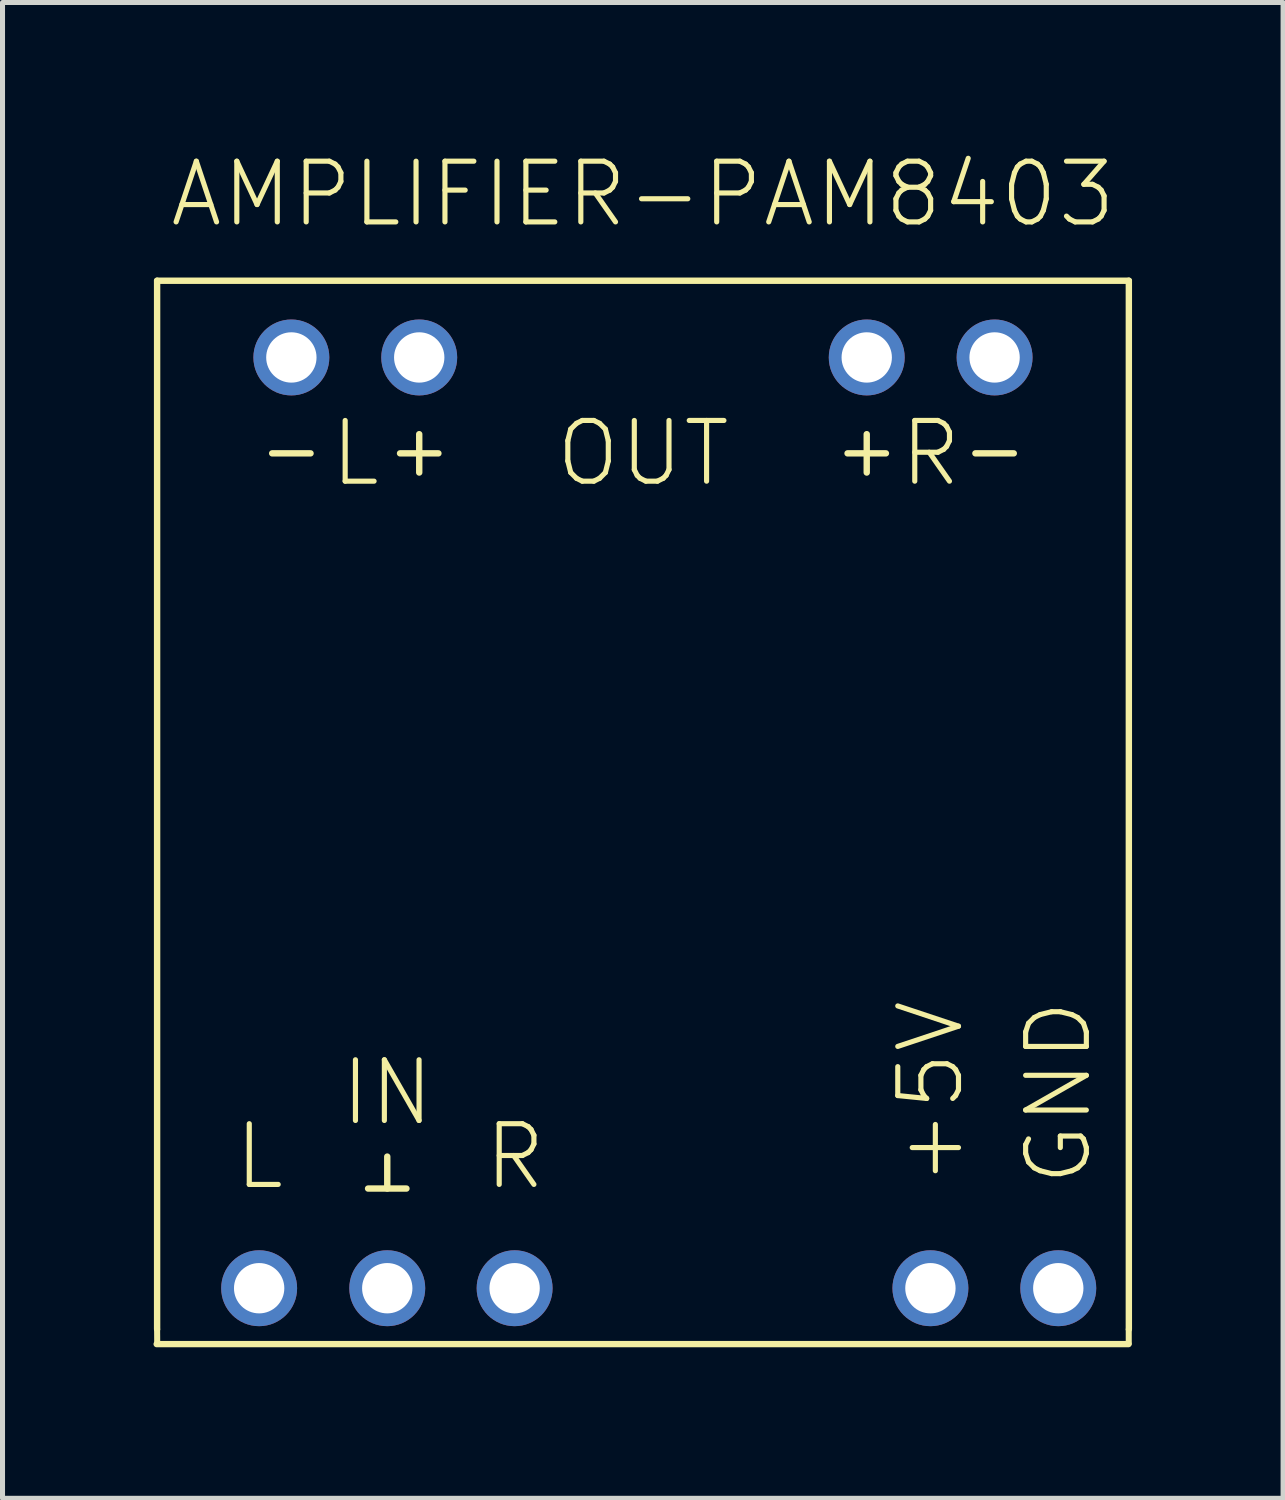
<source format=kicad_pcb>
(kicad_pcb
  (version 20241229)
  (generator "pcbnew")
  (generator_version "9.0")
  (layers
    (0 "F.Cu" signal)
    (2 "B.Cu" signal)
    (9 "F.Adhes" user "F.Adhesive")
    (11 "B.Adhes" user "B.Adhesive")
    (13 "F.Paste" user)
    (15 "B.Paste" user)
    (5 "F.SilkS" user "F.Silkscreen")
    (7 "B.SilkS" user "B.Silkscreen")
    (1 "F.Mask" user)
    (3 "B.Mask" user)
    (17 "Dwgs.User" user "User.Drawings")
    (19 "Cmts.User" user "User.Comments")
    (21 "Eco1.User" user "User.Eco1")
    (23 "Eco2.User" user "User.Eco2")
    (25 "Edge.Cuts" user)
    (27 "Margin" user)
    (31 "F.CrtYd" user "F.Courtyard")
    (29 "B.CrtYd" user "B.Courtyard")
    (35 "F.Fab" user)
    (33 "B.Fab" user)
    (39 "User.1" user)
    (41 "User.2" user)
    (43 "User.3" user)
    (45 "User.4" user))
  (footprint "AMPLIFIER-PAM8403"
    (layer "F.Cu")
    (at 4.373 11.691)
    (property "Reference" "AMPLIFIER-PAM8403" (at 5.35 -10.18 0) (layer "F.SilkS") (effects (font (size 1.206 1.206) (thickness 0.102)) (justify bottom)))
    (attr through_hole)
    (fp_line (start -4.302 -9.164) (end 15.002 -9.164) (stroke (width 0.127) (type solid)) (layer "F.SilkS"))
    (fp_line (start -4.302 11.664) (end -4.302 -9.164) (stroke (width 0.127) (type solid)) (layer "F.SilkS"))
    (fp_line (start -4.302 11.664) (end -4.3 11.94) (stroke (width 0.12) (type solid)) (layer "F.SilkS"))
    (fp_line (start -1.254 -5.735) (end -2.016 -5.735) (stroke (width 0.127) (type solid)) (layer "F.SilkS"))
    (fp_line (start -0.111 8.87) (end 0.651 8.87) (stroke (width 0.127) (type solid)) (layer "F.SilkS"))
    (fp_line (start 0.27 8.235) (end 0.27 8.87) (stroke (width 0.127) (type solid)) (layer "F.SilkS"))
    (fp_line (start 0.524 -5.735) (end 1.286 -5.735) (stroke (width 0.127) (type solid)) (layer "F.SilkS"))
    (fp_line (start 0.905 -6.116) (end 0.905 -5.354) (stroke (width 0.127) (type solid)) (layer "F.SilkS"))
    (fp_line (start 9.414 -5.735) (end 10.176 -5.735) (stroke (width 0.127) (type solid)) (layer "F.SilkS"))
    (fp_line (start 9.795 -6.116) (end 9.795 -5.354) (stroke (width 0.127) (type solid)) (layer "F.SilkS"))
    (fp_line (start 11.954 -5.735) (end 12.716 -5.735) (stroke (width 0.127) (type solid)) (layer "F.SilkS"))
    (fp_line (start 14.994 11.96) (end -4.31 11.96) (stroke (width 0.127) (type solid)) (layer "F.SilkS"))
    (fp_line (start 15 11.95) (end 15 11.67) (stroke (width 0.12) (type solid)) (layer "F.SilkS"))
    (fp_line (start 15.002 -9.164) (end 15.002 11.664) (stroke (width 0.127) (type solid)) (layer "F.SilkS"))
    (fp_text user "L" (at -0.365 -5.735 0) (layer "F.SilkS") (effects (font (size 1.206 1.206) (thickness 0.102))))
    (fp_text user "L" (at -2.27 8.235 0) (layer "F.SilkS") (effects (font (size 1.206 1.206) (thickness 0.102))))
    (fp_text user "R" (at 11.065 -5.735 0) (layer "F.SilkS") (effects (font (size 1.206 1.206) (thickness 0.102))))
    (fp_text user "OUT" (at 5.35 -5.735 0) (layer "F.SilkS") (effects (font (size 1.206 1.206) (thickness 0.102))))
    (fp_text user "R" (at 2.81 8.235 0) (layer "F.SilkS") (effects (font (size 1.206 1.206) (thickness 0.102))))
    (fp_text user "IN" (at 0.27 6.965 0) (layer "F.SilkS") (effects (font (size 1.206 1.206) (thickness 0.102))))
    (fp_text user "GND" (at 13.605 8.87 90) (layer "F.SilkS") (effects (font (size 1.206 1.206) (thickness 0.102)) (justify left)))
    (fp_text user "+5V" (at 11.065 8.87 90) (layer "F.SilkS") (effects (font (size 1.206 1.206) (thickness 0.102)) (justify left)))
    (pad "+5V" thru_hole circle (at 11.06 10.85) (size 1.508 1.508) (drill 1) (layers "*.Cu" "*.Mask"))
    (pad "GND" thru_hole circle (at 13.6 10.85) (size 1.508 1.508) (drill 1) (layers "*.Cu" "*.Mask"))
    (pad "IN.COM" thru_hole circle (at 0.27 10.85) (size 1.508 1.508) (drill 1) (layers "*.Cu" "*.Mask"))
    (pad "IN.L" thru_hole circle (at -2.275 10.85) (size 1.508 1.508) (drill 1) (layers "*.Cu" "*.Mask"))
    (pad "IN.R" thru_hole circle (at 2.8 10.85) (size 1.508 1.508) (drill 1) (layers "*.Cu" "*.Mask"))
    (pad "OUT.L+" thru_hole circle (at 0.905 -7.64) (size 1.508 1.508) (drill 1) (layers "*.Cu" "*.Mask"))
    (pad "OUT.L-" thru_hole circle (at -1.635 -7.64) (size 1.508 1.508) (drill 1) (layers "*.Cu" "*.Mask"))
    (pad "OUT.R+" thru_hole circle (at 9.795 -7.64) (size 1.508 1.508) (drill 1) (layers "*.Cu" "*.Mask"))
    (pad "OUT.R-" thru_hole circle (at 12.335 -7.64) (size 1.508 1.508) (drill 1) (layers "*.Cu" "*.Mask")))
  (gr_rect
    (start -3 -3)
    (end 22.439 26.715)
    (stroke (width 0.1) (type default))
    (fill no)
    (layer "Edge.Cuts")))
</source>
